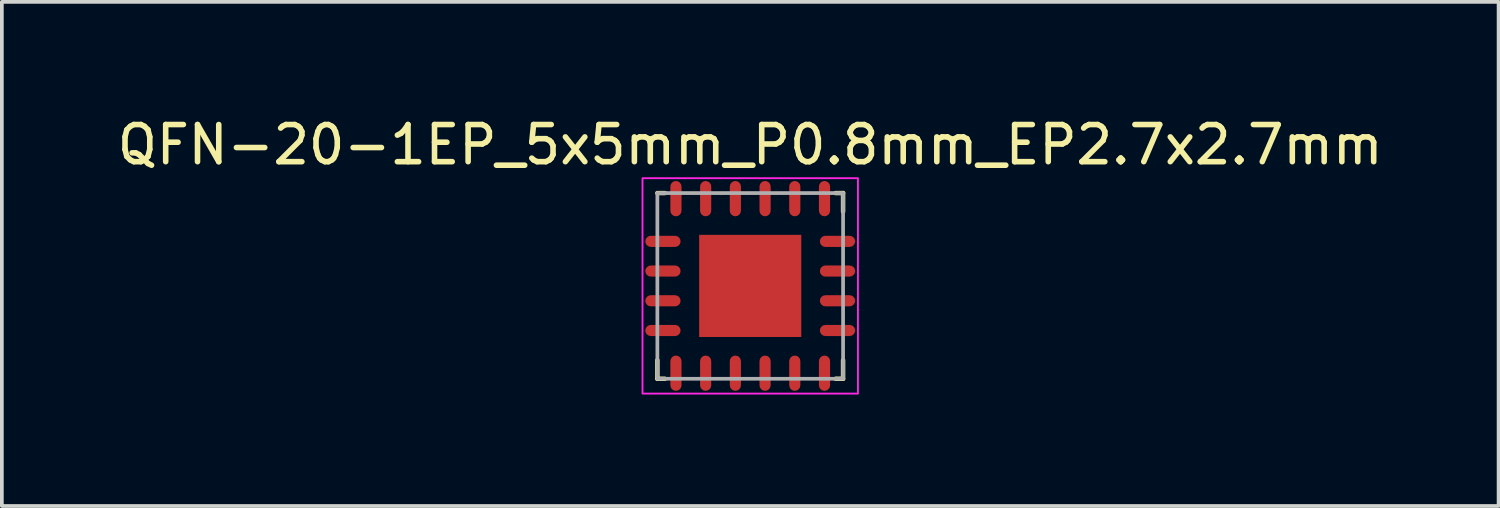
<source format=kicad_pcb>
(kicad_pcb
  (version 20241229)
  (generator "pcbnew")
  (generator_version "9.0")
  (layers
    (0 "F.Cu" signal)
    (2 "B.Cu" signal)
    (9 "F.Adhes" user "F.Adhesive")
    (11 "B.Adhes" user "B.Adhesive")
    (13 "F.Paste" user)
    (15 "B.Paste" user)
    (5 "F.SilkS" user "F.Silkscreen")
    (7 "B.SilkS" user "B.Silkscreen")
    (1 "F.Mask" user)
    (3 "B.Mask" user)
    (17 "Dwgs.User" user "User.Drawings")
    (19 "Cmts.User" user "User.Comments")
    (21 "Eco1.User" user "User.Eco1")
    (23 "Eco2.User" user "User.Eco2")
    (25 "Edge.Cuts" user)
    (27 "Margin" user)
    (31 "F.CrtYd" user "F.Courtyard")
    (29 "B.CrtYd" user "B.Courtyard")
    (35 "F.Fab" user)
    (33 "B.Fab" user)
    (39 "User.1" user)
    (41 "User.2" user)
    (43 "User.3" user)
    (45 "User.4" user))
  (footprint "QFN-20-1EP_5x5mm_P0.8mm_EP2.7x2.7mm"
    (layer "F.Cu")
    (at 17.149 4.648)
    (property "Reference" "QFN-20-1EP_5x5mm_P0.8mm_EP2.7x2.7mm" (at 0 -3.8 0) (unlocked yes) (layer "F.SilkS") (effects (font (size 1 1) (thickness 0.15))))
    (attr smd)
    (fp_line (start -2.5 2) (end -2.5 2.5) (stroke (width 0.12) (type default)) (layer "F.SilkS"))
    (fp_line (start -2.3 -2.5) (end -2.5 -2.5) (stroke (width 0.12) (type default)) (layer "F.SilkS"))
    (fp_line (start -2.3 2.5) (end -2.5 2.5) (stroke (width 0.12) (type default)) (layer "F.SilkS"))
    (fp_line (start 2.3 -2.5) (end 2.5 -2.5) (stroke (width 0.12) (type default)) (layer "F.SilkS"))
    (fp_line (start 2.3 2.5) (end 2.5 2.5) (stroke (width 0.12) (type default)) (layer "F.SilkS"))
    (fp_line (start 2.5 -2) (end 2.5 -2.5) (stroke (width 0.12) (type default)) (layer "F.SilkS"))
    (fp_line (start 2.5 2.5) (end 2.5 2) (stroke (width 0.12) (type default)) (layer "F.SilkS"))
    (fp_rect (start -2.9 -2.9) (end 2.9 2.9) (stroke (width 0.05) (type default)) (fill no) (layer "F.CrtYd"))
    (fp_rect (start -2.5 -2.5) (end 2.5 2.5) (stroke (width 0.1) (type default)) (fill no) (layer "F.Fab"))
    (pad "1" smd roundrect (at -2.35 -1.2) (size 0.95 0.3) (layers "F.Cu" "F.Mask" "F.Paste") (roundrect_rratio 0.5))
    (pad "2" smd roundrect (at -2.35 -0.4) (size 0.95 0.3) (layers "F.Cu" "F.Mask" "F.Paste") (roundrect_rratio 0.5))
    (pad "3" smd roundrect (at -2.35 0.4) (size 0.95 0.3) (layers "F.Cu" "F.Mask" "F.Paste") (roundrect_rratio 0.5))
    (pad "4" smd roundrect (at -2.35 1.2) (size 0.95 0.3) (layers "F.Cu" "F.Mask" "F.Paste") (roundrect_rratio 0.5))
    (pad "5" smd roundrect (at -2 2.35 90) (size 0.95 0.3) (layers "F.Cu" "F.Mask" "F.Paste") (roundrect_rratio 0.5))
    (pad "6" smd roundrect (at -1.2 2.35 90) (size 0.95 0.3) (layers "F.Cu" "F.Mask" "F.Paste") (roundrect_rratio 0.5))
    (pad "7" smd roundrect (at -0.4 2.35 90) (size 0.95 0.3) (layers "F.Cu" "F.Mask" "F.Paste") (roundrect_rratio 0.5))
    (pad "8" smd roundrect (at 0.4 2.35 90) (size 0.95 0.3) (layers "F.Cu" "F.Mask" "F.Paste") (roundrect_rratio 0.5))
    (pad "9" smd roundrect (at 1.2 2.35 90) (size 0.95 0.3) (layers "F.Cu" "F.Mask" "F.Paste") (roundrect_rratio 0.5))
    (pad "10" smd roundrect (at 2 2.35 90) (size 0.95 0.3) (layers "F.Cu" "F.Mask" "F.Paste") (roundrect_rratio 0.5))
    (pad "11" smd roundrect (at 2.35 1.2) (size 0.95 0.3) (layers "F.Cu" "F.Mask" "F.Paste") (roundrect_rratio 0.5))
    (pad "12" smd roundrect (at 2.35 0.4) (size 0.95 0.3) (layers "F.Cu" "F.Mask" "F.Paste") (roundrect_rratio 0.5))
    (pad "13" smd roundrect (at 2.35 -0.4) (size 0.95 0.3) (layers "F.Cu" "F.Mask" "F.Paste") (roundrect_rratio 0.5))
    (pad "14" smd roundrect (at 2.35 -1.2) (size 0.95 0.3) (layers "F.Cu" "F.Mask" "F.Paste") (roundrect_rratio 0.5))
    (pad "15" smd roundrect (at 2 -2.35 90) (size 0.95 0.3) (layers "F.Cu" "F.Mask" "F.Paste") (roundrect_rratio 0.5))
    (pad "16" smd roundrect (at 1.2 -2.35 90) (size 0.95 0.3) (layers "F.Cu" "F.Mask" "F.Paste") (roundrect_rratio 0.5))
    (pad "17" smd roundrect (at 0.4 -2.35 90) (size 0.95 0.3) (layers "F.Cu" "F.Mask" "F.Paste") (roundrect_rratio 0.5))
    (pad "18" smd roundrect (at -0.4 -2.35 90) (size 0.95 0.3) (layers "F.Cu" "F.Mask" "F.Paste") (roundrect_rratio 0.5))
    (pad "19" smd roundrect (at -1.2 -2.35 90) (size 0.95 0.3) (layers "F.Cu" "F.Mask" "F.Paste") (roundrect_rratio 0.5))
    (pad "20" smd roundrect (at -2 -2.35 90) (size 0.95 0.3) (layers "F.Cu" "F.Mask" "F.Paste") (roundrect_rratio 0.5))
    (pad "21" smd rect (at 0 0) (size 2.75 2.75) (layers "F.Cu" "F.Mask" "F.Paste")))
  (gr_rect
    (start -3 -3)
    (end 37.298 10.573)
    (stroke (width 0.1) (type default))
    (fill no)
    (layer "Edge.Cuts")))
</source>
